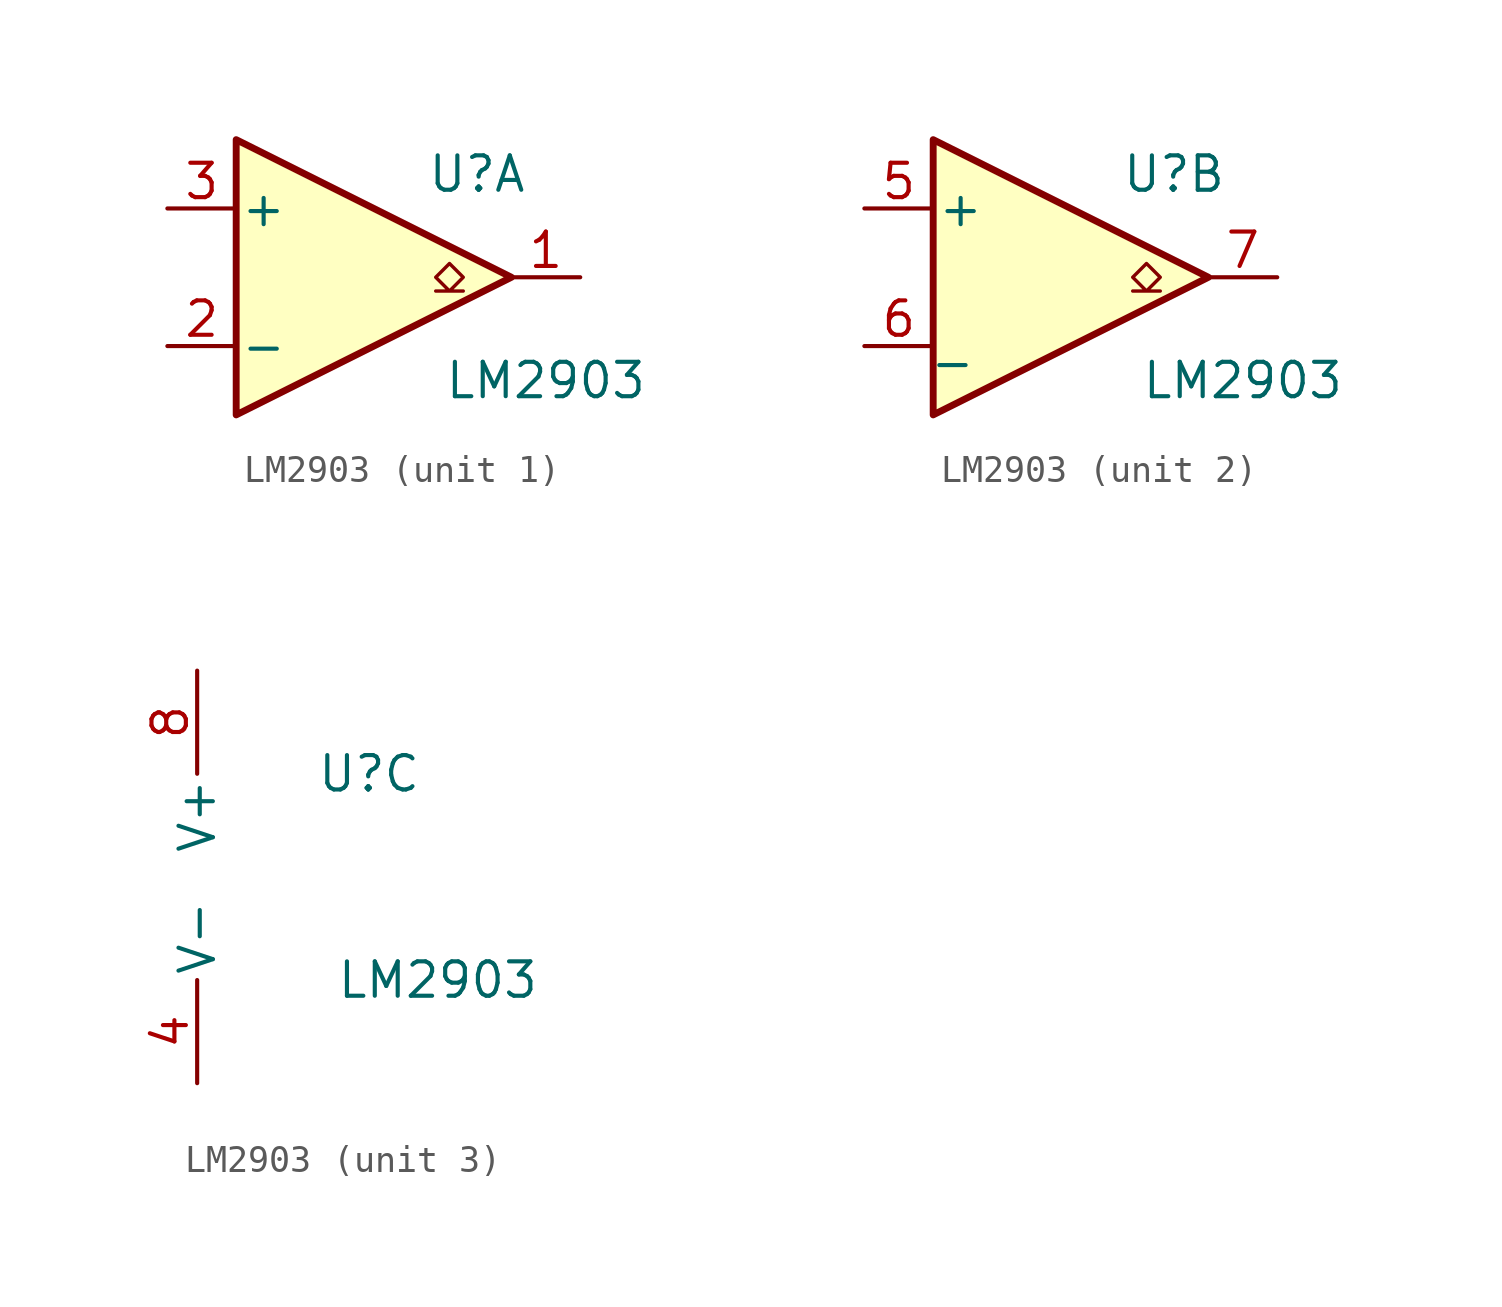
<source format=kicad_sym>
(kicad_symbol_lib
  (version 20211014)
  (generator kicad_symbol_editor)
  (symbol "LM2903"
    (pin_names
      (offset 0.127))
    (property "Reference" "U"
      (at 3.81 3.81 0)
      (effects (font (size 1.27 1.27))))
    (property "Value" "LM2903"
      (at 6.35 -3.81 0)
      (effects (font (size 1.27 1.27))))
    (property "ki_locked" ""
      (at 0 0 0)
      (effects (font (size 1.27 1.27))))
    (symbol "LM2903_1_1"
      (polyline (pts (xy -5.08 5.08) (xy 5.08 0) (xy -5.08 -5.08) (xy -5.08 5.08)) (stroke (width 0.254) (type default) (color 0 0 0 0)) (fill (type background)))
      (polyline (pts (xy 3.302 -0.508) (xy 2.794 -0.508) (xy 3.302 0) (xy 2.794 0.508) (xy 2.286 0) (xy 2.794 -0.508) (xy 2.286 -0.508)) (stroke (width 0.127) (type default) (color 0 0 0 0)) (fill (type none)))
      (pin open_collector line (at 7.62 0 180) (length 2.54) (name "~" (effects (font (size 1.27 1.27)))) (number "1" (effects (font (size 1.27 1.27)))))
      (pin input line (at -7.62 -2.54 0) (length 2.54) (name "-" (effects (font (size 1.27 1.27)))) (number "2" (effects (font (size 1.27 1.27)))))
      (pin input line (at -7.62 2.54 0) (length 2.54) (name "+" (effects (font (size 1.27 1.27)))) (number "3" (effects (font (size 1.27 1.27))))))
    (symbol "LM2903_2_1"
      (polyline (pts (xy -5.08 5.08) (xy 5.08 0) (xy -5.08 -5.08) (xy -5.08 5.08)) (stroke (width 0.254) (type default) (color 0 0 0 0)) (fill (type background)))
      (polyline (pts (xy 3.302 -0.508) (xy 2.794 -0.508) (xy 3.302 0) (xy 2.794 0.508) (xy 2.286 0) (xy 2.794 -0.508) (xy 2.286 -0.508)) (stroke (width 0.127) (type default) (color 0 0 0 0)) (fill (type none)))
      (pin input line (at -7.62 2.54 0) (length 2.54) (name "+" (effects (font (size 1.27 1.27)))) (number "5" (effects (font (size 1.27 1.27)))))
      (pin input line (at -7.62 -2.54 0) (length 2.54) (name "_" (effects (font (size 1.27 1.27)))) (number "6" (effects (font (size 1.27 1.27)))))
      (pin open_collector line (at 7.62 0 180) (length 2.54) (name "~" (effects (font (size 1.27 1.27)))) (number "7" (effects (font (size 1.27 1.27))))))
    (symbol "LM2903_3_1"
      (pin power_in line (at -2.54 -7.62 90) (length 3.81) (name "V-" (effects (font (size 1.27 1.27)))) (number "4" (effects (font (size 1.27 1.27)))))
      (pin power_in line (at -2.54 7.62 270) (length 3.81) (name "V+" (effects (font (size 1.27 1.27)))) (number "8" (effects (font (size 1.27 1.27))))))))
</source>
